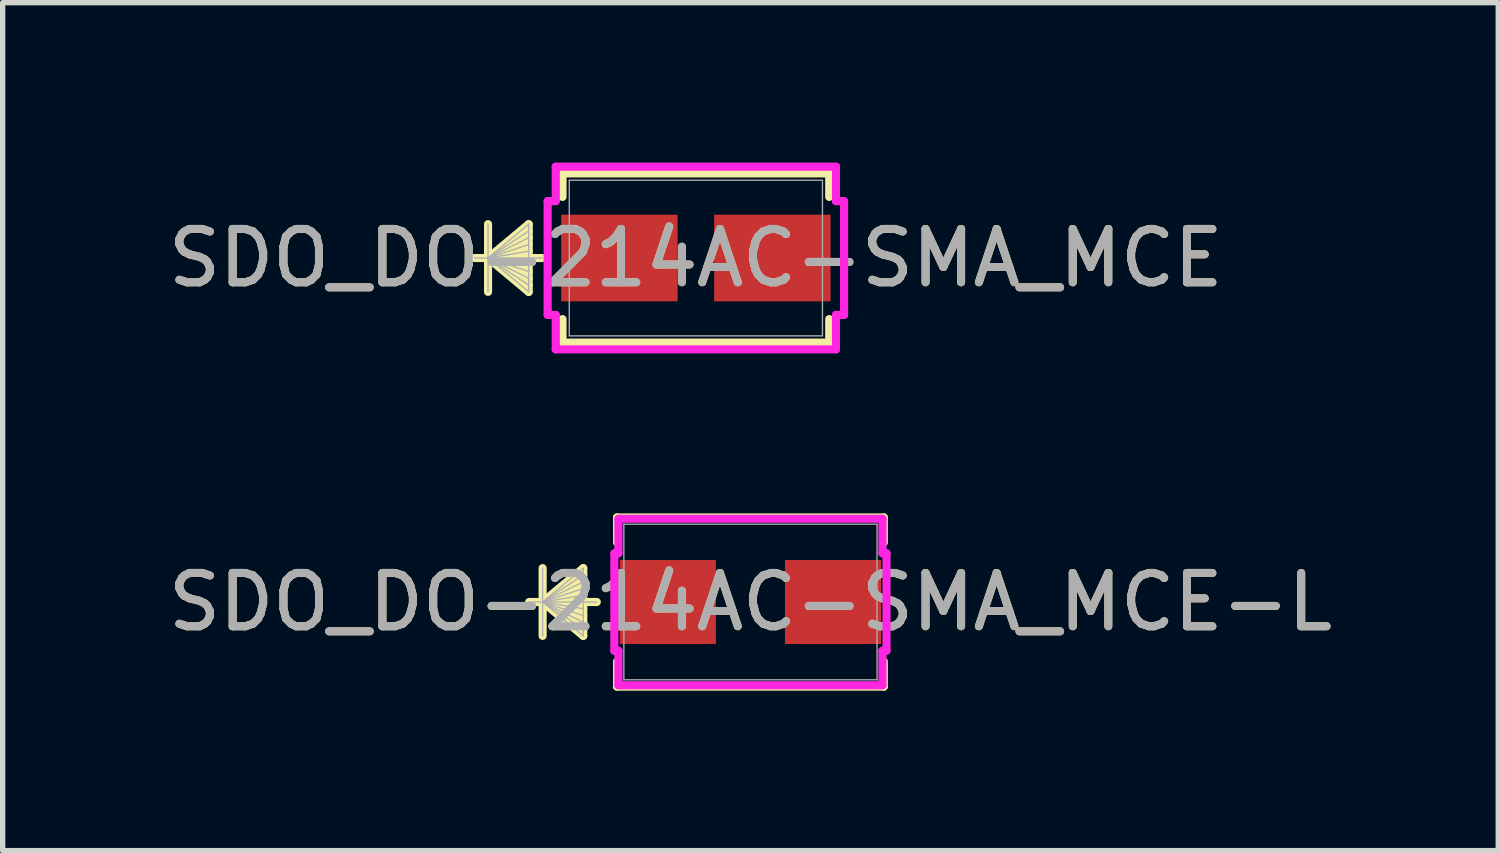
<source format=kicad_pcb>
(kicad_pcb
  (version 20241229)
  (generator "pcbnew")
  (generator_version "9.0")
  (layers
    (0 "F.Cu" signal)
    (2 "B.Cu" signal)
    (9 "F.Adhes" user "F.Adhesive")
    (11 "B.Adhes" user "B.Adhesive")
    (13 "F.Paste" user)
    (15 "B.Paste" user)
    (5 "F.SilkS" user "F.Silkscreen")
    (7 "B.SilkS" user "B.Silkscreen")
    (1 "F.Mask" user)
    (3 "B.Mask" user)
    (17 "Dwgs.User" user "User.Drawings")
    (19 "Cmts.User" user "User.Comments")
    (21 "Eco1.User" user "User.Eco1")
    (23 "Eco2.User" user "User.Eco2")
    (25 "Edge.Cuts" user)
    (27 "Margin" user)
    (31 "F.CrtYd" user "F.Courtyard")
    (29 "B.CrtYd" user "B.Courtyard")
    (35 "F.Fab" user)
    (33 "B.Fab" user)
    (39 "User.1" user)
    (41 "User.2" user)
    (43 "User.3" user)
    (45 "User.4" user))
  (footprint "SDO_DO-214AC-SMA_MCE"
    (layer "F.Cu")
    (at 10.006 1.791)
    (property "Reference" "SDO_DO-214AC-SMA_MCE" (at 0 0 0) (unlocked yes) (layer "F.SilkS") (effects (font (size 1 1) (thickness 0.15))))
    (attr smd)
    (fp_line (start -3.899 -0.635) (end -3.899 0.635) (stroke (width 0.152) (type solid)) (layer "F.SilkS"))
    (fp_line (start -3.899 0) (end -3.137 -0.635) (stroke (width 0.152) (type solid)) (layer "F.SilkS"))
    (fp_line (start -3.899 0) (end -3.137 -0.508) (stroke (width 0.152) (type solid)) (layer "F.SilkS"))
    (fp_line (start -3.899 0) (end -3.137 -0.381) (stroke (width 0.152) (type solid)) (layer "F.SilkS"))
    (fp_line (start -3.899 0) (end -3.137 -0.254) (stroke (width 0.152) (type solid)) (layer "F.SilkS"))
    (fp_line (start -3.899 0) (end -3.137 -0.127) (stroke (width 0.152) (type solid)) (layer "F.SilkS"))
    (fp_line (start -3.899 0) (end -3.137 0.127) (stroke (width 0.152) (type solid)) (layer "F.SilkS"))
    (fp_line (start -3.899 0) (end -3.137 0.254) (stroke (width 0.152) (type solid)) (layer "F.SilkS"))
    (fp_line (start -3.899 0) (end -3.137 0.381) (stroke (width 0.152) (type solid)) (layer "F.SilkS"))
    (fp_line (start -3.899 0) (end -3.137 0.508) (stroke (width 0.152) (type solid)) (layer "F.SilkS"))
    (fp_line (start -3.899 0) (end -3.137 0.635) (stroke (width 0.152) (type solid)) (layer "F.SilkS"))
    (fp_line (start -3.137 -0.635) (end -3.137 0.635) (stroke (width 0.152) (type solid)) (layer "F.SilkS"))
    (fp_line (start -2.883 0) (end -4.153 0) (stroke (width 0.152) (type solid)) (layer "F.SilkS"))
    (fp_line (start -2.502 -1.587) (end -2.502 -1.146) (stroke (width 0.152) (type solid)) (layer "F.SilkS"))
    (fp_line (start -2.502 1.146) (end -2.502 1.587) (stroke (width 0.152) (type solid)) (layer "F.SilkS"))
    (fp_line (start -2.502 1.587) (end 2.502 1.587) (stroke (width 0.152) (type solid)) (layer "F.SilkS"))
    (fp_line (start 2.502 -1.587) (end -2.502 -1.587) (stroke (width 0.152) (type solid)) (layer "F.SilkS"))
    (fp_line (start 2.502 -1.146) (end 2.502 -1.587) (stroke (width 0.152) (type solid)) (layer "F.SilkS"))
    (fp_line (start 2.502 1.587) (end 2.502 1.146) (stroke (width 0.152) (type solid)) (layer "F.SilkS"))
    (fp_line (start -2.781 -1.067) (end -2.629 -1.067) (stroke (width 0.152) (type solid)) (layer "F.CrtYd"))
    (fp_line (start -2.781 1.067) (end -2.781 -1.067) (stroke (width 0.152) (type solid)) (layer "F.CrtYd"))
    (fp_line (start -2.629 -1.714) (end 2.629 -1.714) (stroke (width 0.152) (type solid)) (layer "F.CrtYd"))
    (fp_line (start -2.629 -1.067) (end -2.629 -1.714) (stroke (width 0.152) (type solid)) (layer "F.CrtYd"))
    (fp_line (start -2.629 1.067) (end -2.781 1.067) (stroke (width 0.152) (type solid)) (layer "F.CrtYd"))
    (fp_line (start -2.629 1.714) (end -2.629 1.067) (stroke (width 0.152) (type solid)) (layer "F.CrtYd"))
    (fp_line (start 2.629 -1.714) (end 2.629 -1.067) (stroke (width 0.152) (type solid)) (layer "F.CrtYd"))
    (fp_line (start 2.629 -1.067) (end 2.781 -1.067) (stroke (width 0.152) (type solid)) (layer "F.CrtYd"))
    (fp_line (start 2.629 1.067) (end 2.629 1.714) (stroke (width 0.152) (type solid)) (layer "F.CrtYd"))
    (fp_line (start 2.629 1.714) (end -2.629 1.714) (stroke (width 0.152) (type solid)) (layer "F.CrtYd"))
    (fp_line (start 2.781 -1.067) (end 2.781 1.067) (stroke (width 0.152) (type solid)) (layer "F.CrtYd"))
    (fp_line (start 2.781 1.067) (end 2.629 1.067) (stroke (width 0.152) (type solid)) (layer "F.CrtYd"))
    (fp_line (start -3.899 -0.635) (end -3.899 0.635) (stroke (width 0.025) (type solid)) (layer "F.Fab"))
    (fp_line (start -3.899 0) (end -3.137 -0.635) (stroke (width 0.025) (type solid)) (layer "F.Fab"))
    (fp_line (start -3.899 0) (end -3.137 -0.508) (stroke (width 0.025) (type solid)) (layer "F.Fab"))
    (fp_line (start -3.899 0) (end -3.137 -0.381) (stroke (width 0.025) (type solid)) (layer "F.Fab"))
    (fp_line (start -3.899 0) (end -3.137 -0.254) (stroke (width 0.025) (type solid)) (layer "F.Fab"))
    (fp_line (start -3.899 0) (end -3.137 -0.127) (stroke (width 0.025) (type solid)) (layer "F.Fab"))
    (fp_line (start -3.899 0) (end -3.137 0.127) (stroke (width 0.025) (type solid)) (layer "F.Fab"))
    (fp_line (start -3.899 0) (end -3.137 0.254) (stroke (width 0.025) (type solid)) (layer "F.Fab"))
    (fp_line (start -3.899 0) (end -3.137 0.381) (stroke (width 0.025) (type solid)) (layer "F.Fab"))
    (fp_line (start -3.899 0) (end -3.137 0.508) (stroke (width 0.025) (type solid)) (layer "F.Fab"))
    (fp_line (start -3.899 0) (end -3.137 0.635) (stroke (width 0.025) (type solid)) (layer "F.Fab"))
    (fp_line (start -3.137 -0.635) (end -3.137 0.635) (stroke (width 0.025) (type solid)) (layer "F.Fab"))
    (fp_line (start -2.883 0) (end -4.153 0) (stroke (width 0.025) (type solid)) (layer "F.Fab"))
    (fp_line (start -2.375 -1.46) (end -2.375 1.46) (stroke (width 0.025) (type solid)) (layer "F.Fab"))
    (fp_line (start -2.375 1.46) (end 2.375 1.46) (stroke (width 0.025) (type solid)) (layer "F.Fab"))
    (fp_line (start 2.375 -1.46) (end -2.375 -1.46) (stroke (width 0.025) (type solid)) (layer "F.Fab"))
    (fp_line (start 2.375 1.46) (end 2.375 -1.46) (stroke (width 0.025) (type solid)) (layer "F.Fab"))
    (fp_text user "${REFERENCE}" (at 0 0 0) (unlocked yes) (layer "F.Fab") (effects (font (size 1 1) (thickness 0.15))))
    (pad "1" smd rect (at -1.435 0 90) (size 1.626 2.184) (layers "F.Cu" "F.Mask" "F.Paste"))
    (pad "2" smd rect (at 1.435 0 90) (size 1.626 2.184) (layers "F.Cu" "F.Mask" "F.Paste"))
    (zone (net_name "") (layer "F.Cu") (hatch full 0.508) (connect_pads) (min_thickness 0.254) (filled_areas_thickness no) (keepout (tracks not_allowed) (vias not_allowed) (pads allowed) (copperpour not_allowed) (footprints allowed)) (placement (enabled no)) (fill) (polygon (pts (xy 7.682 0.381) (xy 12.33 0.381) (xy 12.33 0.927) (xy 7.682 0.927))))
    (zone (net_name "") (layer "F.Cu") (hatch full 0.508) (connect_pads) (min_thickness 0.254) (filled_areas_thickness no) (keepout (tracks not_allowed) (vias not_allowed) (pads allowed) (copperpour not_allowed) (footprints allowed)) (placement (enabled no)) (fill) (polygon (pts (xy 7.682 2.654) (xy 12.33 2.654) (xy 12.33 3.2) (xy 7.682 3.2))))
    (zone (net_name "") (layer "F.Cu") (hatch full 0.508) (connect_pads) (min_thickness 0.254) (filled_areas_thickness no) (keepout (tracks not_allowed) (vias not_allowed) (pads allowed) (copperpour not_allowed) (footprints allowed)) (placement (enabled no)) (fill) (polygon (pts (xy 9.714 0.927) (xy 10.298 0.927) (xy 10.298 2.654) (xy 9.714 2.654)))))
  (footprint "SDO_DO-214AC-SMA_MCE-L"
    (layer "F.Cu")
    (at 11.03 8.245)
    (property "Reference" "SDO_DO-214AC-SMA_MCE-L" (at 0 0 0) (unlocked yes) (layer "F.SilkS") (effects (font (size 1 1) (thickness 0.15))))
    (attr smd)
    (fp_line (start -3.899 -0.635) (end -3.899 0.635) (stroke (width 0.152) (type solid)) (layer "F.SilkS"))
    (fp_line (start -3.899 0) (end -3.137 -0.635) (stroke (width 0.152) (type solid)) (layer "F.SilkS"))
    (fp_line (start -3.899 0) (end -3.137 -0.508) (stroke (width 0.152) (type solid)) (layer "F.SilkS"))
    (fp_line (start -3.899 0) (end -3.137 -0.381) (stroke (width 0.152) (type solid)) (layer "F.SilkS"))
    (fp_line (start -3.899 0) (end -3.137 -0.254) (stroke (width 0.152) (type solid)) (layer "F.SilkS"))
    (fp_line (start -3.899 0) (end -3.137 -0.127) (stroke (width 0.152) (type solid)) (layer "F.SilkS"))
    (fp_line (start -3.899 0) (end -3.137 0.127) (stroke (width 0.152) (type solid)) (layer "F.SilkS"))
    (fp_line (start -3.899 0) (end -3.137 0.254) (stroke (width 0.152) (type solid)) (layer "F.SilkS"))
    (fp_line (start -3.899 0) (end -3.137 0.381) (stroke (width 0.152) (type solid)) (layer "F.SilkS"))
    (fp_line (start -3.899 0) (end -3.137 0.508) (stroke (width 0.152) (type solid)) (layer "F.SilkS"))
    (fp_line (start -3.899 0) (end -3.137 0.635) (stroke (width 0.152) (type solid)) (layer "F.SilkS"))
    (fp_line (start -3.137 -0.635) (end -3.137 0.635) (stroke (width 0.152) (type solid)) (layer "F.SilkS"))
    (fp_line (start -2.883 0) (end -4.153 0) (stroke (width 0.152) (type solid)) (layer "F.SilkS"))
    (fp_line (start -2.502 -1.587) (end -2.502 -1.116) (stroke (width 0.152) (type solid)) (layer "F.SilkS"))
    (fp_line (start -2.502 1.116) (end -2.502 1.587) (stroke (width 0.152) (type solid)) (layer "F.SilkS"))
    (fp_line (start -2.502 1.587) (end 2.502 1.587) (stroke (width 0.152) (type solid)) (layer "F.SilkS"))
    (fp_line (start 2.502 -1.587) (end -2.502 -1.587) (stroke (width 0.152) (type solid)) (layer "F.SilkS"))
    (fp_line (start 2.502 -1.116) (end 2.502 -1.587) (stroke (width 0.152) (type solid)) (layer "F.SilkS"))
    (fp_line (start 2.502 1.587) (end 2.502 1.116) (stroke (width 0.152) (type solid)) (layer "F.SilkS"))
    (fp_line (start -2.553 -0.914) (end -2.477 -0.914) (stroke (width 0.152) (type solid)) (layer "F.CrtYd"))
    (fp_line (start -2.553 0.914) (end -2.553 -0.914) (stroke (width 0.152) (type solid)) (layer "F.CrtYd"))
    (fp_line (start -2.477 -1.562) (end 2.477 -1.562) (stroke (width 0.152) (type solid)) (layer "F.CrtYd"))
    (fp_line (start -2.477 -0.914) (end -2.477 -1.562) (stroke (width 0.152) (type solid)) (layer "F.CrtYd"))
    (fp_line (start -2.477 0.914) (end -2.553 0.914) (stroke (width 0.152) (type solid)) (layer "F.CrtYd"))
    (fp_line (start -2.477 1.562) (end -2.477 0.914) (stroke (width 0.152) (type solid)) (layer "F.CrtYd"))
    (fp_line (start 2.477 -1.562) (end 2.477 -0.914) (stroke (width 0.152) (type solid)) (layer "F.CrtYd"))
    (fp_line (start 2.477 -0.914) (end 2.553 -0.914) (stroke (width 0.152) (type solid)) (layer "F.CrtYd"))
    (fp_line (start 2.477 0.914) (end 2.477 1.562) (stroke (width 0.152) (type solid)) (layer "F.CrtYd"))
    (fp_line (start 2.477 1.562) (end -2.477 1.562) (stroke (width 0.152) (type solid)) (layer "F.CrtYd"))
    (fp_line (start 2.553 -0.914) (end 2.553 0.914) (stroke (width 0.152) (type solid)) (layer "F.CrtYd"))
    (fp_line (start 2.553 0.914) (end 2.477 0.914) (stroke (width 0.152) (type solid)) (layer "F.CrtYd"))
    (fp_line (start -3.899 -0.635) (end -3.899 0.635) (stroke (width 0.025) (type solid)) (layer "F.Fab"))
    (fp_line (start -3.899 0) (end -3.137 -0.635) (stroke (width 0.025) (type solid)) (layer "F.Fab"))
    (fp_line (start -3.899 0) (end -3.137 -0.508) (stroke (width 0.025) (type solid)) (layer "F.Fab"))
    (fp_line (start -3.899 0) (end -3.137 -0.381) (stroke (width 0.025) (type solid)) (layer "F.Fab"))
    (fp_line (start -3.899 0) (end -3.137 -0.254) (stroke (width 0.025) (type solid)) (layer "F.Fab"))
    (fp_line (start -3.899 0) (end -3.137 -0.127) (stroke (width 0.025) (type solid)) (layer "F.Fab"))
    (fp_line (start -3.899 0) (end -3.137 0.127) (stroke (width 0.025) (type solid)) (layer "F.Fab"))
    (fp_line (start -3.899 0) (end -3.137 0.254) (stroke (width 0.025) (type solid)) (layer "F.Fab"))
    (fp_line (start -3.899 0) (end -3.137 0.381) (stroke (width 0.025) (type solid)) (layer "F.Fab"))
    (fp_line (start -3.899 0) (end -3.137 0.508) (stroke (width 0.025) (type solid)) (layer "F.Fab"))
    (fp_line (start -3.899 0) (end -3.137 0.635) (stroke (width 0.025) (type solid)) (layer "F.Fab"))
    (fp_line (start -3.137 -0.635) (end -3.137 0.635) (stroke (width 0.025) (type solid)) (layer "F.Fab"))
    (fp_line (start -2.883 0) (end -4.153 0) (stroke (width 0.025) (type solid)) (layer "F.Fab"))
    (fp_line (start -2.375 -1.46) (end -2.375 1.46) (stroke (width 0.025) (type solid)) (layer "F.Fab"))
    (fp_line (start -2.375 1.46) (end 2.375 1.46) (stroke (width 0.025) (type solid)) (layer "F.Fab"))
    (fp_line (start 2.375 -1.46) (end -2.375 -1.46) (stroke (width 0.025) (type solid)) (layer "F.Fab"))
    (fp_line (start 2.375 1.46) (end 2.375 -1.46) (stroke (width 0.025) (type solid)) (layer "F.Fab"))
    (fp_text user "${REFERENCE}" (at 0 0 0) (unlocked yes) (layer "F.Fab") (effects (font (size 1 1) (thickness 0.15))))
    (pad "1" smd rect (at -1.549 0 90) (size 1.575 1.803) (layers "F.Cu" "F.Mask" "F.Paste"))
    (pad "2" smd rect (at 1.549 0 90) (size 1.575 1.803) (layers "F.Cu" "F.Mask" "F.Paste"))
    (zone (net_name "") (layer "F.Cu") (hatch full 0.508) (connect_pads) (min_thickness 0.254) (filled_areas_thickness no) (keepout (tracks not_allowed) (vias not_allowed) (pads allowed) (copperpour not_allowed) (footprints allowed)) (placement (enabled no)) (fill) (polygon (pts (xy 8.706 6.835) (xy 13.354 6.835) (xy 13.354 7.381) (xy 8.706 7.381))))
    (zone (net_name "") (layer "F.Cu") (hatch full 0.508) (connect_pads) (min_thickness 0.254) (filled_areas_thickness no) (keepout (tracks not_allowed) (vias not_allowed) (pads allowed) (copperpour not_allowed) (footprints allowed)) (placement (enabled no)) (fill) (polygon (pts (xy 8.706 9.109) (xy 13.354 9.109) (xy 13.354 9.655) (xy 8.706 9.655))))
    (zone (net_name "") (layer "F.Cu") (hatch full 0.508) (connect_pads) (min_thickness 0.254) (filled_areas_thickness no) (keepout (tracks not_allowed) (vias not_allowed) (pads allowed) (copperpour not_allowed) (footprints allowed)) (placement (enabled no)) (fill) (polygon (pts (xy 10.433 7.381) (xy 11.627 7.381) (xy 11.627 9.109) (xy 10.433 9.109)))))
  (gr_rect
    (start -3 -3)
    (end 25.06 12.909)
    (stroke (width 0.1) (type default))
    (fill no)
    (layer "Edge.Cuts")))
</source>
